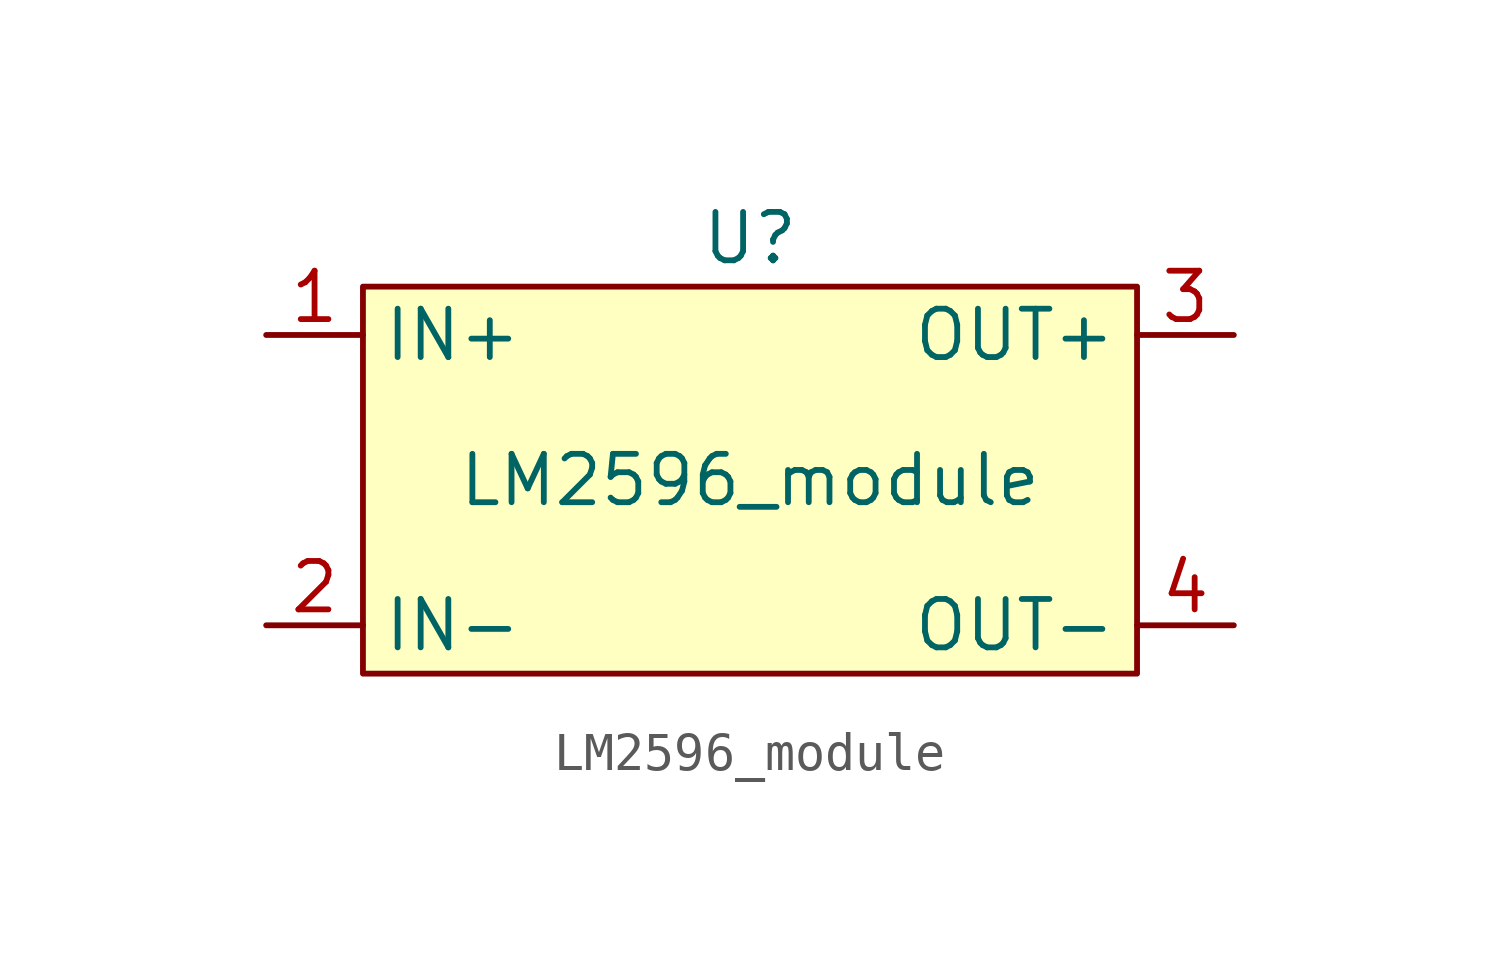
<source format=kicad_sym>
(kicad_symbol_lib
  (version 20220914)
  (generator kicad_symbol_editor)
  (symbol "LM2596_module"
    (property "Reference" "U"
      (at 0 6.35 0)
      (effects (font (size 1.27 1.27))))
    (property "Value" "LM2596_module"
      (at 0 0 0)
      (effects (font (size 1.27 1.27))))
    (symbol "LM2596_module_1_1"
      (rectangle (start -10.16 5.08) (end 10.16 -5.08) (stroke (width 0) (type default)) (fill (type background)))
      (pin power_in line (at -12.7 3.81 0) (length 2.54) (name "IN+" (effects (font (size 1.27 1.27)))) (number "1" (effects (font (size 1.27 1.27)))))
      (pin power_in line (at -12.7 -3.81 0) (length 2.54) (name "IN-" (effects (font (size 1.27 1.27)))) (number "2" (effects (font (size 1.27 1.27)))))
      (pin power_out line (at 12.7 3.81 180) (length 2.54) (name "OUT+" (effects (font (size 1.27 1.27)))) (number "3" (effects (font (size 1.27 1.27)))))
      (pin power_out line (at 12.7 -3.81 180) (length 2.54) (name "OUT-" (effects (font (size 1.27 1.27)))) (number "4" (effects (font (size 1.27 1.27))))))))
</source>
